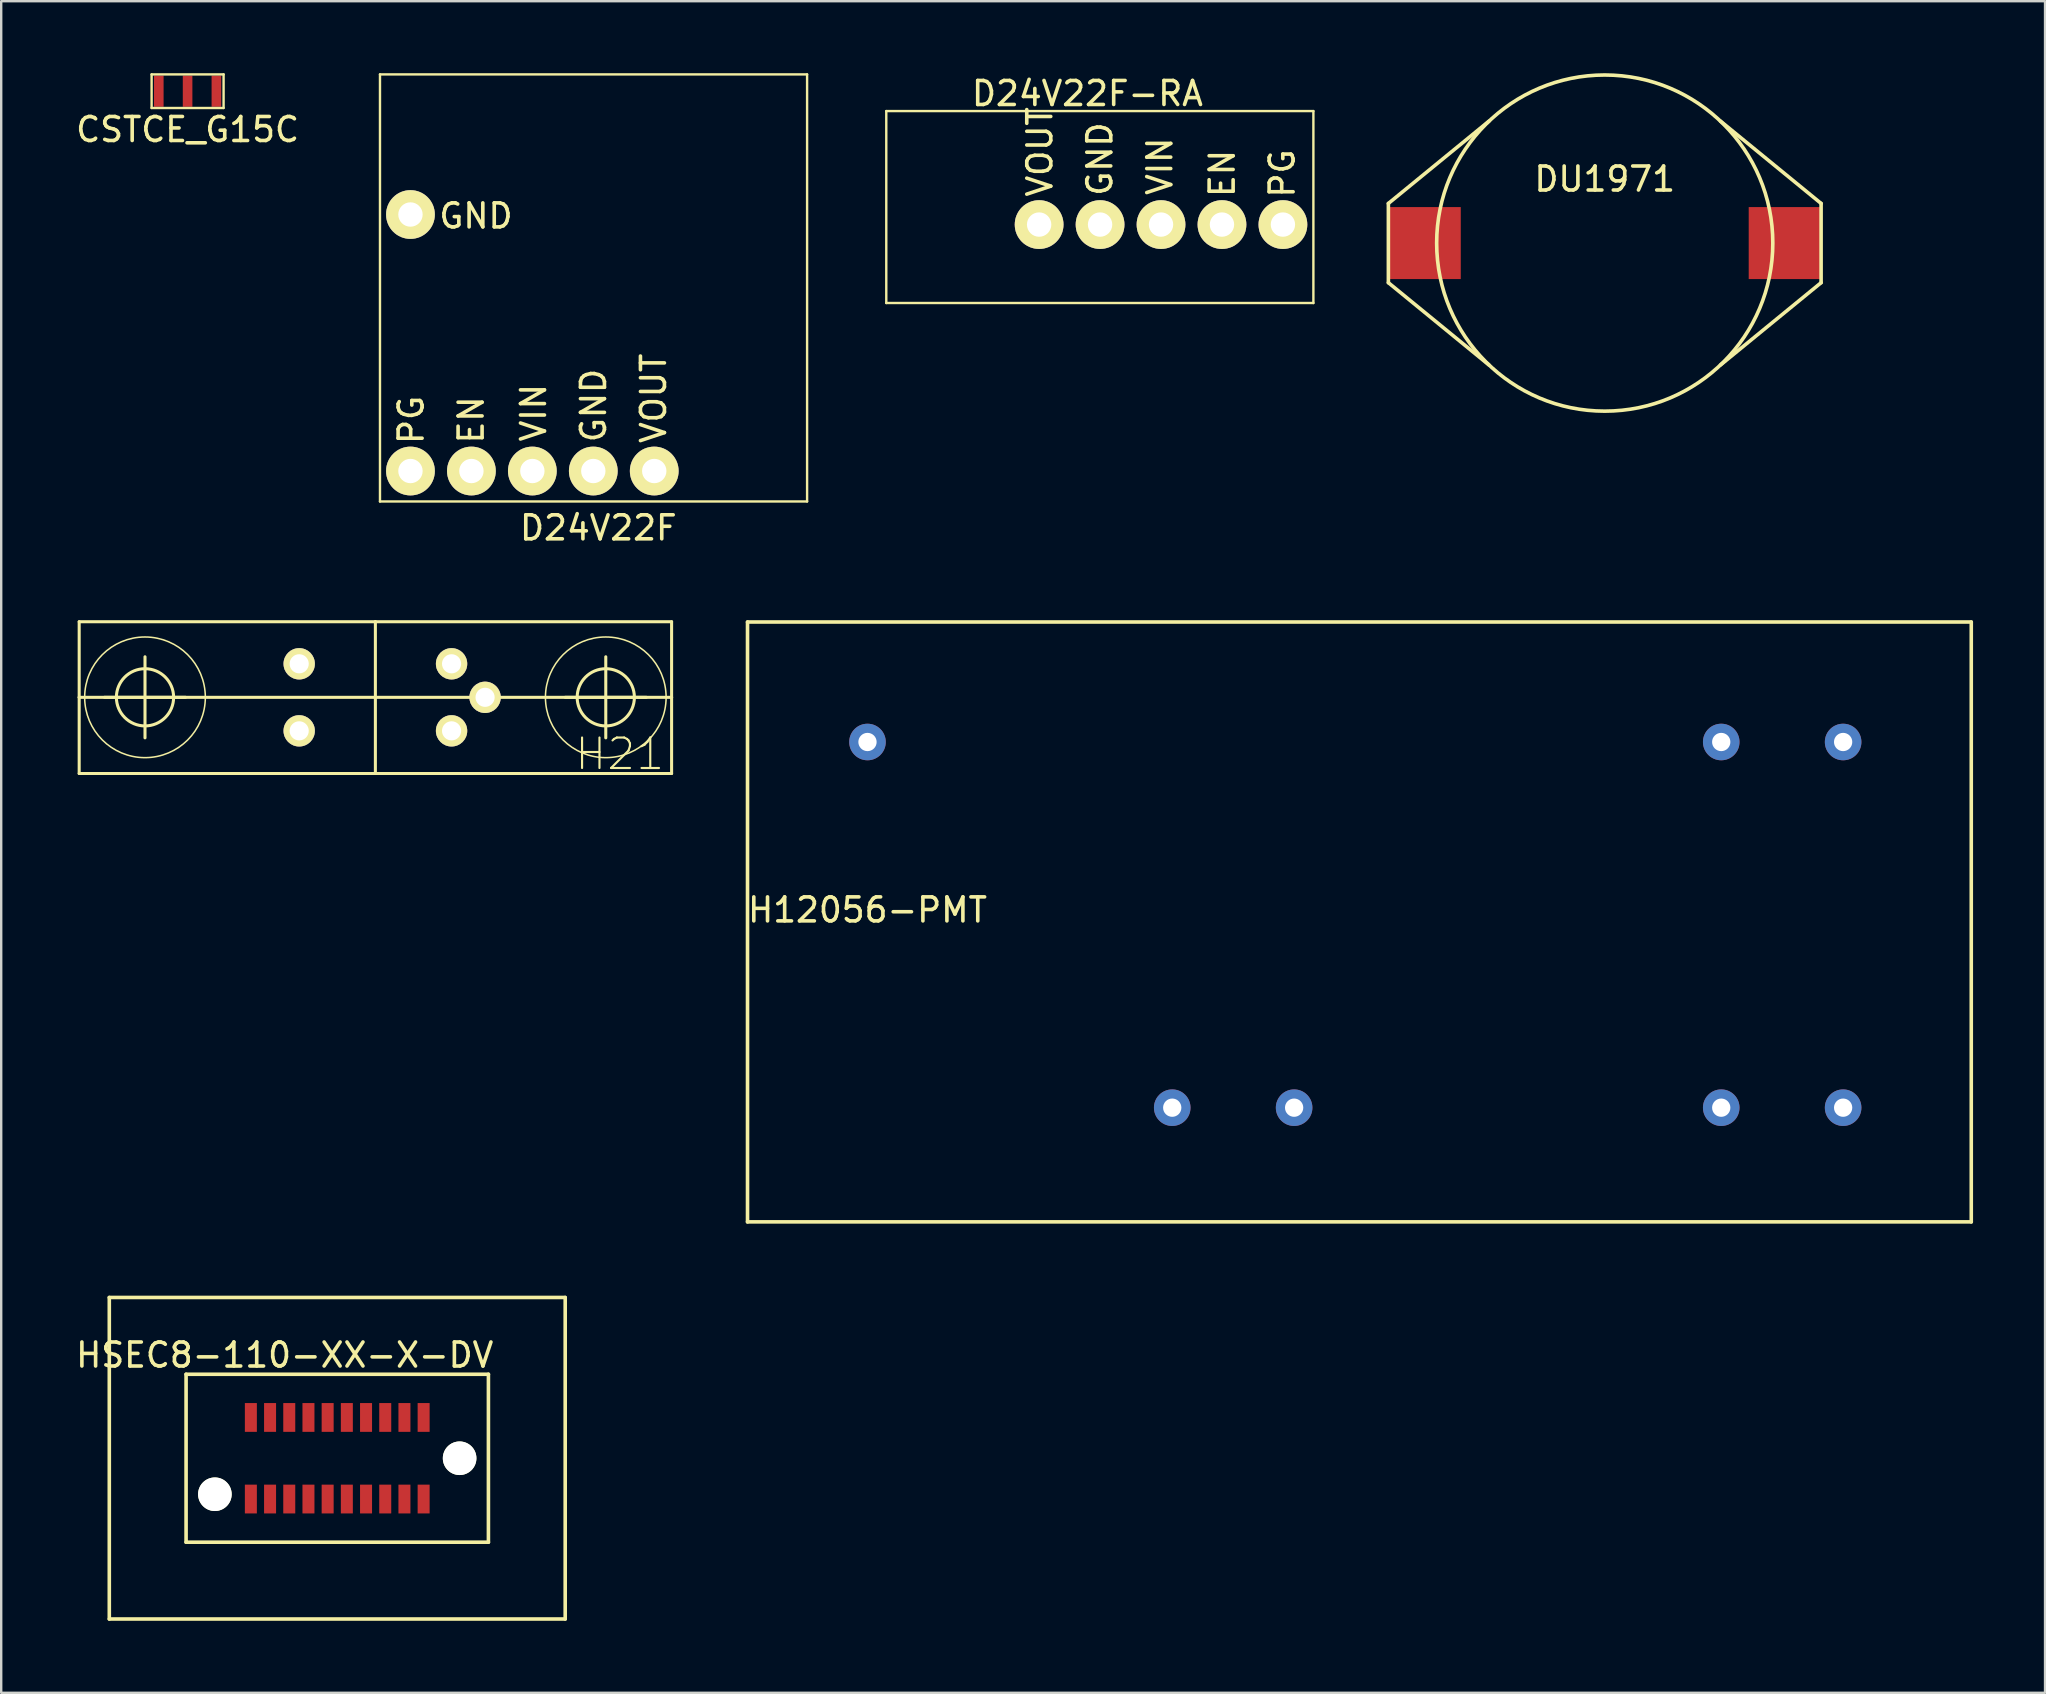
<source format=kicad_pcb>
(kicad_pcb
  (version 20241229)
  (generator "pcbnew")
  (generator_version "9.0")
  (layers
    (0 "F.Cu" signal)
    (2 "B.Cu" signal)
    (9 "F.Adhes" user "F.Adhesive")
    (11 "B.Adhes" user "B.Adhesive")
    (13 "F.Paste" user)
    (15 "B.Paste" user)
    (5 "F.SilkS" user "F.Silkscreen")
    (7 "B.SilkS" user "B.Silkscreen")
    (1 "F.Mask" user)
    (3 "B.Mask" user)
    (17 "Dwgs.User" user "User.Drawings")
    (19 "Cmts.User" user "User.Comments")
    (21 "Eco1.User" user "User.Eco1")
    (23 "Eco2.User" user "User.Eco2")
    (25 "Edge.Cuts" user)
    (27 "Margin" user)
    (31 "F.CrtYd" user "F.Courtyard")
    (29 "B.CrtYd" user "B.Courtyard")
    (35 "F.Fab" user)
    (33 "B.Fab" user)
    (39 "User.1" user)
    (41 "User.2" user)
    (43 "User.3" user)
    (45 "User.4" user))
  (footprint "H21"
    (layer "F.Cu")
    (at 0.25 29.186)
    (property "Reference" "H21" (at 22.53 -0.813 0) (layer "F.SilkS") (effects (font (size 1.27 1.27) (thickness 0.089))))
    (attr exclude_from_pos_files exclude_from_bom)
    (fp_line (start 0 -6.325) (end 0 -3.175) (stroke (width 0.127) (type solid)) (layer "F.SilkS"))
    (fp_line (start 0 -3.175) (end 0 0) (stroke (width 0.127) (type solid)) (layer "F.SilkS"))
    (fp_line (start 0 -3.175) (end 12.344 -3.175) (stroke (width 0.127) (type solid)) (layer "F.SilkS"))
    (fp_line (start 0 0) (end 12.344 0) (stroke (width 0.127) (type solid)) (layer "F.SilkS"))
    (fp_line (start 1.054 -3.175) (end 4.43 -3.175) (stroke (width 0.127) (type solid)) (layer "F.SilkS"))
    (fp_line (start 2.743 -1.486) (end 2.743 -4.864) (stroke (width 0.127) (type solid)) (layer "F.SilkS"))
    (fp_line (start 12.344 -6.325) (end 0 -6.325) (stroke (width 0.127) (type solid)) (layer "F.SilkS"))
    (fp_line (start 12.344 -3.175) (end 12.344 -6.325) (stroke (width 0.127) (type solid)) (layer "F.SilkS"))
    (fp_line (start 12.344 -3.175) (end 24.689 -3.175) (stroke (width 0.127) (type solid)) (layer "F.SilkS"))
    (fp_line (start 12.344 0) (end 12.344 -3.175) (stroke (width 0.127) (type solid)) (layer "F.SilkS"))
    (fp_line (start 12.344 0) (end 24.689 0) (stroke (width 0.127) (type solid)) (layer "F.SilkS"))
    (fp_line (start 20.256 -3.175) (end 23.635 -3.175) (stroke (width 0.127) (type solid)) (layer "F.SilkS"))
    (fp_line (start 21.946 -1.486) (end 21.946 -4.864) (stroke (width 0.127) (type solid)) (layer "F.SilkS"))
    (fp_line (start 24.689 -6.325) (end 12.344 -6.325) (stroke (width 0.127) (type solid)) (layer "F.SilkS"))
    (fp_line (start 24.689 -3.175) (end 24.689 -6.325) (stroke (width 0.127) (type solid)) (layer "F.SilkS"))
    (fp_line (start 24.689 0) (end 24.689 -3.175) (stroke (width 0.127) (type solid)) (layer "F.SilkS"))
    (fp_circle (center 2.743 -3.175) (end 3.586 -4.018) (stroke (width 0.127) (type solid)) (fill no) (layer "F.SilkS"))
    (fp_circle (center 2.743 -3.175) (end 4.521 -4.953) (stroke (width 0.064) (type solid)) (fill no) (layer "F.SilkS"))
    (fp_circle (center 21.946 -3.175) (end 22.789 -4.018) (stroke (width 0.127) (type solid)) (fill no) (layer "F.SilkS"))
    (fp_circle (center 21.946 -3.175) (end 23.724 -4.953) (stroke (width 0.064) (type solid)) (fill no) (layer "F.SilkS"))
    (pad "1" thru_hole circle (at 9.169 -4.572) (size 1.306 1.306) (drill 0.798) (layers "*.Cu" "F.Mask" "F.SilkS" "F.Paste"))
    (pad "2" thru_hole circle (at 9.169 -1.778) (size 1.306 1.306) (drill 0.798) (layers "*.Cu" "F.Mask" "F.SilkS" "F.Paste"))
    (pad "3" thru_hole circle (at 15.519 -1.778) (size 1.306 1.306) (drill 0.798) (layers "*.Cu" "F.Mask" "F.SilkS" "F.Paste"))
    (pad "4" thru_hole circle (at 16.916 -3.175) (size 1.306 1.306) (drill 0.798) (layers "*.Cu" "F.Mask" "F.SilkS" "F.Paste"))
    (pad "5" thru_hole circle (at 15.519 -4.572) (size 1.306 1.306) (drill 0.798) (layers "*.Cu" "F.Mask" "F.SilkS" "F.Paste")))
  (footprint "CSTCE_G15C"
    (layer "F.Cu")
    (at 4.768 0.75)
    (property "Reference" "CSTCE_G15C" (at 0 1.6 0) (layer "F.SilkS") (effects (font (size 1 1) (thickness 0.15))))
    (attr through_hole)
    (fp_line (start -1.5 -0.7) (end -1.5 0.7) (stroke (width 0.1) (type solid)) (layer "F.SilkS"))
    (fp_line (start -1.5 0.7) (end 1.5 0.7) (stroke (width 0.1) (type solid)) (layer "F.SilkS"))
    (fp_line (start 1.5 -0.7) (end -1.5 -0.7) (stroke (width 0.1) (type solid)) (layer "F.SilkS"))
    (fp_line (start 1.5 0.7) (end 1.5 -0.7) (stroke (width 0.1) (type solid)) (layer "F.SilkS"))
    (pad "1" smd rect (at 1.2 0) (size 0.4 1.3) (layers "F.Cu" "F.Mask" "F.Paste"))
    (pad "2" smd rect (at 0 0) (size 0.4 1.3) (layers "F.Cu" "F.Mask" "F.Paste"))
    (pad "3" smd rect (at -1.2 0) (size 0.4 1.3) (layers "F.Cu" "F.Mask" "F.Paste")))
  (footprint "D24V22F"
    (layer "F.Cu")
    (at 12.786 17.85)
    (property "Reference" "D24V22F" (at 9.1 1.1 0) (layer "F.SilkS") (effects (font (size 1 1) (thickness 0.15))))
    (attr through_hole)
    (fp_line (start 0 -17.8) (end 0 0) (stroke (width 0.1) (type solid)) (layer "F.SilkS"))
    (fp_line (start 0 -17.8) (end 17.8 -17.8) (stroke (width 0.1) (type solid)) (layer "F.SilkS"))
    (fp_line (start 0 0) (end 17.8 0) (stroke (width 0.1) (type solid)) (layer "F.SilkS"))
    (fp_line (start 17.8 -17.8) (end 17.8 0) (stroke (width 0.1) (type solid)) (layer "F.SilkS"))
    (fp_text user "VIN" (at 6.4 -3.7 90) (layer "F.SilkS") (effects (font (size 1 1) (thickness 0.15))))
    (fp_text user "PG" (at 1.3 -3.4 90) (layer "F.SilkS") (effects (font (size 1 1) (thickness 0.15))))
    (fp_text user "VOUT" (at 11.4 -4.3 90) (layer "F.SilkS") (effects (font (size 1 1) (thickness 0.15))))
    (fp_text user "EN" (at 3.8 -3.4 90) (layer "F.SilkS") (effects (font (size 1 1) (thickness 0.15))))
    (fp_text user "GND" (at 4 -11.9 180) (layer "F.SilkS") (effects (font (size 1 1) (thickness 0.15))))
    (fp_text user "GND" (at 8.9 -4 90) (layer "F.SilkS") (effects (font (size 1 1) (thickness 0.15))))
    (pad "1" thru_hole circle (at 1.27 -1.27) (size 2.032 2.032) (drill 1.016) (layers "*.Cu" "*.Mask" "F.SilkS"))
    (pad "2" thru_hole circle (at 3.81 -1.27) (size 2.032 2.032) (drill 1.016) (layers "*.Cu" "*.Mask" "F.SilkS"))
    (pad "3" thru_hole circle (at 6.35 -1.27) (size 2.032 2.032) (drill 1.016) (layers "*.Cu" "*.Mask" "F.SilkS"))
    (pad "4" thru_hole circle (at 8.89 -1.27) (size 2.032 2.032) (drill 1.016) (layers "*.Cu" "*.Mask" "F.SilkS"))
    (pad "5" thru_hole circle (at 11.43 -1.27) (size 2.032 2.032) (drill 1.016) (layers "*.Cu" "*.Mask" "F.SilkS"))
    (pad "6" thru_hole circle (at 1.27 -11.96) (size 2.032 2.032) (drill 1.016) (layers "*.Cu" "*.Mask" "F.SilkS")))
  (footprint "H12056-PMT"
    (layer "F.Cu")
    (at 33.103 27.873)
    (property "Reference" "H12056-PMT" (at 0 7 0) (layer "F.SilkS") (effects (font (size 1 1) (thickness 0.15))))
    (attr through_hole)
    (fp_line (start -5 -5) (end 46 -5) (stroke (width 0.15) (type solid)) (layer "F.SilkS"))
    (fp_line (start -5 20) (end -5 -5) (stroke (width 0.15) (type solid)) (layer "F.SilkS"))
    (fp_line (start -5 20) (end 46 20) (stroke (width 0.15) (type solid)) (layer "F.SilkS"))
    (fp_line (start 46 20) (end 46 -5) (stroke (width 0.15) (type solid)) (layer "F.SilkS"))
    (pad "1" thru_hole circle (at 0 0) (size 1.524 1.524) (drill 0.762) (layers "*.Cu" "*.Mask"))
    (pad "2" thru_hole circle (at 35.58 0) (size 1.524 1.524) (drill 0.762) (layers "*.Cu" "*.Mask"))
    (pad "3" thru_hole circle (at 40.66 0) (size 1.524 1.524) (drill 0.762) (layers "*.Cu" "*.Mask"))
    (pad "4" thru_hole circle (at 40.66 15.24) (size 1.524 1.524) (drill 0.762) (layers "*.Cu" "*.Mask"))
    (pad "5" thru_hole circle (at 35.58 15.24) (size 1.524 1.524) (drill 0.762) (layers "*.Cu" "*.Mask"))
    (pad "6" thru_hole circle (at 17.78 15.24) (size 1.524 1.524) (drill 0.762) (layers "*.Cu" "*.Mask"))
    (pad "7" thru_hole circle (at 12.7 15.24) (size 1.524 1.524) (drill 0.762) (layers "*.Cu" "*.Mask")))
  (footprint "D24V22F-RA"
    (layer "F.Cu")
    (at 33.886 7.579)
    (property "Reference" "D24V22F-RA" (at 8.382 -6.731 0) (layer "F.SilkS") (effects (font (size 1 1) (thickness 0.15))))
    (attr through_hole)
    (fp_line (start 0 -6) (end 0 2) (stroke (width 0.1) (type solid)) (layer "F.SilkS"))
    (fp_line (start 17.8 -6) (end 0 -6) (stroke (width 0.1) (type solid)) (layer "F.SilkS"))
    (fp_line (start 17.8 -6) (end 17.8 2) (stroke (width 0.1) (type solid)) (layer "F.SilkS"))
    (fp_line (start 17.8 2) (end 0 2) (stroke (width 0.1) (type solid)) (layer "F.SilkS"))
    (fp_text user "GND" (at 8.9 -4 270) (layer "F.SilkS") (effects (font (size 1 1) (thickness 0.15))))
    (fp_text user "VOUT" (at 6.4 -4.3 270) (layer "F.SilkS") (effects (font (size 1 1) (thickness 0.15))))
    (fp_text user "VIN" (at 11.4 -3.7 270) (layer "F.SilkS") (effects (font (size 1 1) (thickness 0.15))))
    (fp_text user "EN" (at 14 -3.4 270) (layer "F.SilkS") (effects (font (size 1 1) (thickness 0.15))))
    (fp_text user "PG" (at 16.5 -3.4 270) (layer "F.SilkS") (effects (font (size 1 1) (thickness 0.15))))
    (pad "1" thru_hole circle (at 16.53 -1.27 180) (size 2.032 2.032) (drill 1.016) (layers "*.Cu" "*.Mask" "F.SilkS"))
    (pad "2" thru_hole circle (at 13.99 -1.27 180) (size 2.032 2.032) (drill 1.016) (layers "*.Cu" "*.Mask" "F.SilkS"))
    (pad "3" thru_hole circle (at 11.45 -1.27 180) (size 2.032 2.032) (drill 1.016) (layers "*.Cu" "*.Mask" "F.SilkS"))
    (pad "4" thru_hole circle (at 8.91 -1.27 180) (size 2.032 2.032) (drill 1.016) (layers "*.Cu" "*.Mask" "F.SilkS"))
    (pad "5" thru_hole circle (at 6.37 -1.27 180) (size 2.032 2.032) (drill 1.016) (layers "*.Cu" "*.Mask" "F.SilkS")))
  (footprint "HSEC8-110-XX-X-DV"
    (layer "F.Cu")
    (at 11.005 57.723)
    (property "Reference" "HSEC8-110-XX-X-DV" (at -2.19 -4.3 0) (layer "F.SilkS") (effects (font (size 1 1) (thickness 0.15))))
    (attr through_hole)
    (fp_line (start -9.5 -6.7) (end -9.5 6.7) (stroke (width 0.15) (type solid)) (layer "F.SilkS"))
    (fp_line (start -9.5 -6.7) (end 9.5 -6.7) (stroke (width 0.15) (type solid)) (layer "F.SilkS"))
    (fp_line (start -9.5 6.7) (end 9.5 6.7) (stroke (width 0.15) (type solid)) (layer "F.SilkS"))
    (fp_line (start -6.3 -3.5) (end -6.3 3.5) (stroke (width 0.15) (type solid)) (layer "F.SilkS"))
    (fp_line (start -6.3 -3.5) (end 6.3 -3.5) (stroke (width 0.15) (type solid)) (layer "F.SilkS"))
    (fp_line (start -6.3 3.5) (end 6.3 3.5) (stroke (width 0.15) (type solid)) (layer "F.SilkS"))
    (fp_line (start 6.3 3.5) (end 6.3 -3.5) (stroke (width 0.15) (type solid)) (layer "F.SilkS"))
    (fp_line (start 9.5 6.7) (end 9.5 -6.7) (stroke (width 0.15) (type solid)) (layer "F.SilkS"))
    (pad "" np_thru_hole circle (at -5.1 1.5) (size 1.4 1.4) (drill 1.4) (layers "*.Cu" "*.Mask" "F.SilkS"))
    (pad "" np_thru_hole circle (at 5.1 0) (size 1.4 1.4) (drill 1.4) (layers "*.Cu" "*.Mask" "F.SilkS"))
    (pad "1" smd rect (at -3.6 1.7) (size 0.5 1.2) (layers "F.Cu" "F.Mask" "F.Paste"))
    (pad "2" smd rect (at -3.6 -1.7) (size 0.5 1.2) (layers "F.Cu" "F.Mask" "F.Paste"))
    (pad "3" smd rect (at -2.8 1.7) (size 0.5 1.2) (layers "F.Cu" "F.Mask" "F.Paste"))
    (pad "4" smd rect (at -2.8 -1.7) (size 0.5 1.2) (layers "F.Cu" "F.Mask" "F.Paste"))
    (pad "5" smd rect (at -2 1.7) (size 0.5 1.2) (layers "F.Cu" "F.Mask" "F.Paste"))
    (pad "6" smd rect (at -2 -1.7) (size 0.5 1.2) (layers "F.Cu" "F.Mask" "F.Paste"))
    (pad "7" smd rect (at -1.2 1.7) (size 0.5 1.2) (layers "F.Cu" "F.Mask" "F.Paste"))
    (pad "8" smd rect (at -1.2 -1.7) (size 0.5 1.2) (layers "F.Cu" "F.Mask" "F.Paste"))
    (pad "9" smd rect (at -0.4 1.7) (size 0.5 1.2) (layers "F.Cu" "F.Mask" "F.Paste"))
    (pad "10" smd rect (at -0.4 -1.7) (size 0.5 1.2) (layers "F.Cu" "F.Mask" "F.Paste"))
    (pad "11" smd rect (at 0.4 1.7) (size 0.5 1.2) (layers "F.Cu" "F.Mask" "F.Paste"))
    (pad "12" smd rect (at 0.4 -1.7) (size 0.5 1.2) (layers "F.Cu" "F.Mask" "F.Paste"))
    (pad "13" smd rect (at 1.2 1.7) (size 0.5 1.2) (layers "F.Cu" "F.Mask" "F.Paste"))
    (pad "14" smd rect (at 1.2 -1.7) (size 0.5 1.2) (layers "F.Cu" "F.Mask" "F.Paste"))
    (pad "15" smd rect (at 2 1.7) (size 0.5 1.2) (layers "F.Cu" "F.Mask" "F.Paste"))
    (pad "16" smd rect (at 2 -1.7) (size 0.5 1.2) (layers "F.Cu" "F.Mask" "F.Paste"))
    (pad "17" smd rect (at 2.8 1.7) (size 0.5 1.2) (layers "F.Cu" "F.Mask" "F.Paste"))
    (pad "18" smd rect (at 2.8 -1.7) (size 0.5 1.2) (layers "F.Cu" "F.Mask" "F.Paste"))
    (pad "19" smd rect (at 3.6 1.7) (size 0.5 1.2) (layers "F.Cu" "F.Mask" "F.Paste"))
    (pad "20" smd rect (at 3.6 -1.7) (size 0.5 1.2) (layers "F.Cu" "F.Mask" "F.Paste")))
  (footprint "DU1971"
    (layer "F.Cu")
    (at 63.828 7.08)
    (property "Reference" "DU1971" (at 0 -2.667 0) (layer "F.SilkS") (effects (font (size 1 1) (thickness 0.15))))
    (attr smd)
    (fp_line (start -9.017 -1.651) (end -9.017 1.651) (stroke (width 0.15) (type solid)) (layer "F.SilkS"))
    (fp_line (start -9.017 -1.651) (end -4.826 -5.08) (stroke (width 0.15) (type solid)) (layer "F.SilkS"))
    (fp_line (start -9.017 1.651) (end -4.826 5.08) (stroke (width 0.15) (type solid)) (layer "F.SilkS"))
    (fp_line (start 9.017 -1.651) (end 4.826 -5.08) (stroke (width 0.15) (type solid)) (layer "F.SilkS"))
    (fp_line (start 9.017 -1.651) (end 9.017 1.651) (stroke (width 0.15) (type solid)) (layer "F.SilkS"))
    (fp_line (start 9.017 1.651) (end 4.826 5.08) (stroke (width 0.15) (type solid)) (layer "F.SilkS"))
    (fp_circle (center 0 0) (end 0.254 -7) (stroke (width 0.15) (type solid)) (fill no) (layer "F.SilkS"))
    (pad "1" smd rect (at -7.5 0) (size 3 3) (layers "F.Cu" "F.Mask" "F.Paste"))
    (pad "2" smd rect (at 7.5 0) (size 3 3) (layers "F.Cu" "F.Mask" "F.Paste")))
  (gr_rect
    (start -3 -3)
    (end 82.178 67.498)
    (stroke (width 0.1) (type default))
    (fill no)
    (layer "Edge.Cuts")))
</source>
